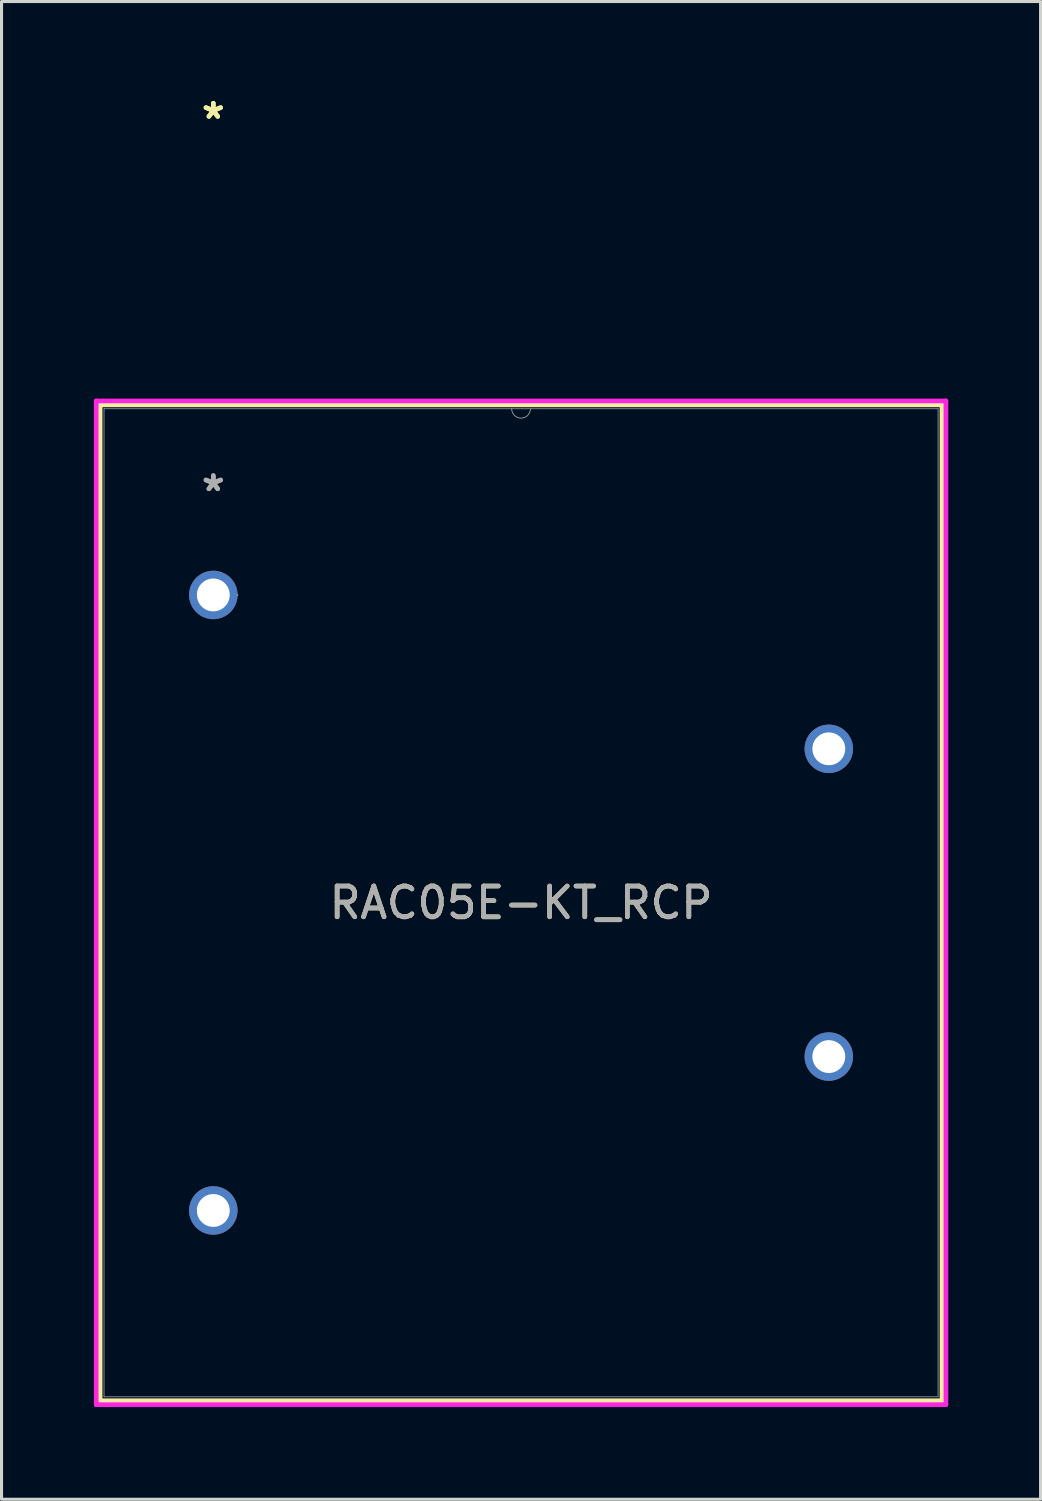
<source format=kicad_pcb>
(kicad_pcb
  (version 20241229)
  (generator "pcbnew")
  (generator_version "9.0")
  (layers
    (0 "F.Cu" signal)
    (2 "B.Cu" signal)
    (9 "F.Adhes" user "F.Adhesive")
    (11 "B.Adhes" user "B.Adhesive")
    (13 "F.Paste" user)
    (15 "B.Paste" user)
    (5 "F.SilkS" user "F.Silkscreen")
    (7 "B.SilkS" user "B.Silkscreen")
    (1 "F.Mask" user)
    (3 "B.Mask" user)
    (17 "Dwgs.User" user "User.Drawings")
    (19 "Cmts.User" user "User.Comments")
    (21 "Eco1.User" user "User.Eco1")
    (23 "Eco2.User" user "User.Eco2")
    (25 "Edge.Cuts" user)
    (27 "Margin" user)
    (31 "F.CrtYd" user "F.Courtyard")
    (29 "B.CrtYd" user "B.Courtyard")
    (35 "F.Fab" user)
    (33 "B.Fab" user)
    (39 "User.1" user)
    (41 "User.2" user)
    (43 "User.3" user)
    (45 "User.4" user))
  (footprint "RAC05E-KT_RCP"
    (layer "F.Cu")
    (at 3.881 16.282)
    (property "Reference" "RAC05E-KT_RCP" (at 10 10.003 0) (unlocked yes) (layer "F.SilkS") (effects (font (size 1 1) (thickness 0.15))))
    (attr through_hole)
    (fp_line (start -3.678 -6.177) (end -3.678 26.183) (stroke (width 0.152) (type solid)) (layer "F.SilkS"))
    (fp_line (start -3.678 26.183) (end 23.678 26.183) (stroke (width 0.152) (type solid)) (layer "F.SilkS"))
    (fp_line (start 23.678 -6.177) (end -3.678 -6.177) (stroke (width 0.152) (type solid)) (layer "F.SilkS"))
    (fp_line (start 23.678 26.183) (end 23.678 -6.177) (stroke (width 0.152) (type solid)) (layer "F.SilkS"))
    (fp_line (start -3.805 -6.304) (end 23.805 -6.304) (stroke (width 0.152) (type solid)) (layer "F.CrtYd"))
    (fp_line (start -3.805 26.31) (end -3.805 -6.304) (stroke (width 0.152) (type solid)) (layer "F.CrtYd"))
    (fp_line (start 23.805 -6.304) (end 23.805 26.31) (stroke (width 0.152) (type solid)) (layer "F.CrtYd"))
    (fp_line (start 23.805 26.31) (end -3.805 26.31) (stroke (width 0.152) (type solid)) (layer "F.CrtYd"))
    (fp_line (start -3.551 -6.05) (end -3.551 26.056) (stroke (width 0.025) (type solid)) (layer "F.Fab"))
    (fp_line (start -3.551 26.056) (end 23.551 26.056) (stroke (width 0.025) (type solid)) (layer "F.Fab"))
    (fp_line (start 23.551 -6.05) (end -3.551 -6.05) (stroke (width 0.025) (type solid)) (layer "F.Fab"))
    (fp_line (start 23.551 26.056) (end 23.551 -6.05) (stroke (width 0.025) (type solid)) (layer "F.Fab"))
    (fp_arc (start 10.3048 -6.05) (mid 10 -5.7452) (end 9.6952 -6.05) (stroke (width 0.0254) (type solid)) (layer "F.Fab"))
    (fp_circle (center 0.787 0) (end 0.787 0) (stroke (width 0.025) (type solid)) (fill no) (layer "F.Fab"))
    (fp_text user "*" (at 0 -15.433 0) (unlocked yes) (layer "F.SilkS") (effects (font (size 1 1) (thickness 0.15))))
    (fp_text user "*" (at 0 -15.433 0) (layer "F.SilkS") (effects (font (size 1 1) (thickness 0.15))))
    (fp_text user "*" (at 0 -3.333 0) (layer "F.Fab") (effects (font (size 1 1) (thickness 0.15))))
    (fp_text user "${REFERENCE}" (at 10 10.003 0) (unlocked yes) (layer "F.Fab") (effects (font (size 1 1) (thickness 0.15))))
    (fp_text user "*" (at 0 -3.333 0) (unlocked yes) (layer "F.Fab") (effects (font (size 1 1) (thickness 0.15))))
    (pad "1" thru_hole circle (at 0 0) (size 1.575 1.575) (drill 1.067) (layers "*.Cu" "*.Mask"))
    (pad "5" thru_hole circle (at 0 20) (size 1.575 1.575) (drill 1.067) (layers "*.Cu" "*.Mask"))
    (pad "7" thru_hole circle (at 20 15) (size 1.575 1.575) (drill 1.067) (layers "*.Cu" "*.Mask"))
    (pad "9" thru_hole circle (at 20 5) (size 1.575 1.575) (drill 1.067) (layers "*.Cu" "*.Mask")))
  (gr_rect
    (start -3 -3)
    (end 30.762 45.667)
    (stroke (width 0.1) (type default))
    (fill no)
    (layer "Edge.Cuts")))
</source>
